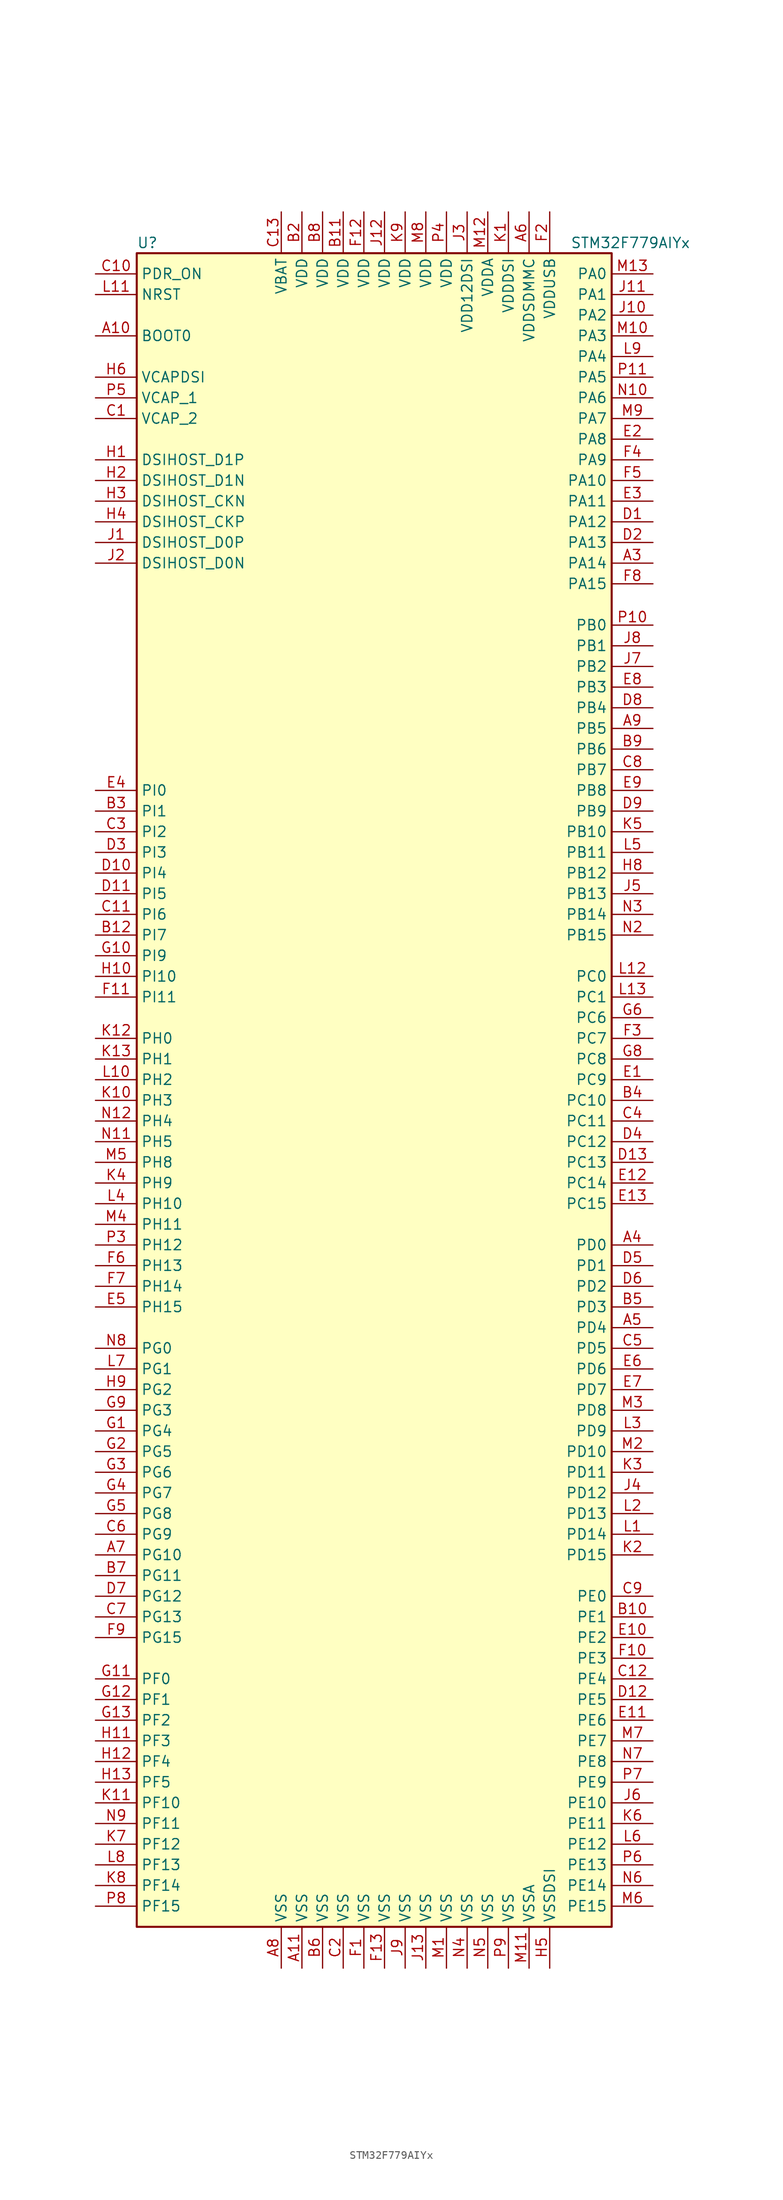
<source format=kicad_sym>
(kicad_symbol_lib
  (version 20201005)
  (generator kicad_symbol_editor)
  (symbol "MCU_ST_STM32F7:STM32F779AIYx"
    (property "Reference" "U"
      (at -30.48 102.87 0)
      (effects (font (size 1.27 1.27)) (justify left)))
    (property "Value" "STM32F779AIYx"
      (at 22.86 102.87 0)
      (effects (font (size 1.27 1.27)) (justify left)))
    (symbol "STM32F779AIYx_0_1"
      (rectangle (start -30.48 -104.14) (end 27.94 101.6) (stroke (width 0.254)) (fill (type background))))
    (symbol "STM32F779AIYx_1_1"
      (pin input line (at -35.56 91.44 0) (length 5.08) (name "BOOT0" (effects (font (size 1.27 1.27)))) (number "A10" (effects (font (size 1.27 1.27)))))
      (pin bidirectional line (at -35.56 71.12 0) (length 5.08) (name "DSIHOST_CKN" (effects (font (size 1.27 1.27)))) (number "H3" (effects (font (size 1.27 1.27)))))
      (pin bidirectional line (at -35.56 68.58 0) (length 5.08) (name "DSIHOST_CKP" (effects (font (size 1.27 1.27)))) (number "H4" (effects (font (size 1.27 1.27)))))
      (pin bidirectional line (at -35.56 63.5 0) (length 5.08) (name "DSIHOST_D0N" (effects (font (size 1.27 1.27)))) (number "J2" (effects (font (size 1.27 1.27)))))
      (pin bidirectional line (at -35.56 66.04 0) (length 5.08) (name "DSIHOST_D0P" (effects (font (size 1.27 1.27)))) (number "J1" (effects (font (size 1.27 1.27)))))
      (pin bidirectional line (at -35.56 73.66 0) (length 5.08) (name "DSIHOST_D1N" (effects (font (size 1.27 1.27)))) (number "H2" (effects (font (size 1.27 1.27)))))
      (pin bidirectional line (at -35.56 76.2 0) (length 5.08) (name "DSIHOST_D1P" (effects (font (size 1.27 1.27)))) (number "H1" (effects (font (size 1.27 1.27)))))
      (pin no_connect line (at -30.48 -101.6 0) (length 5.08) hide (name "NC" (effects (font (size 1.27 1.27)))) (number "A1" (effects (font (size 1.27 1.27)))))
      (pin no_connect line (at -30.48 -96.52 0) (length 5.08) hide (name "NC" (effects (font (size 1.27 1.27)))) (number "A12" (effects (font (size 1.27 1.27)))))
      (pin no_connect line (at -30.48 -93.98 0) (length 5.08) hide (name "NC" (effects (font (size 1.27 1.27)))) (number "A13" (effects (font (size 1.27 1.27)))))
      (pin no_connect line (at -30.48 -99.06 0) (length 5.08) hide (name "NC" (effects (font (size 1.27 1.27)))) (number "A2" (effects (font (size 1.27 1.27)))))
      (pin no_connect line (at -30.48 -91.44 0) (length 5.08) hide (name "NC" (effects (font (size 1.27 1.27)))) (number "B1" (effects (font (size 1.27 1.27)))))
      (pin no_connect line (at -30.48 -88.9 0) (length 5.08) hide (name "NC" (effects (font (size 1.27 1.27)))) (number "B13" (effects (font (size 1.27 1.27)))))
      (pin no_connect line (at -30.48 -86.36 0) (length 5.08) hide (name "NC" (effects (font (size 1.27 1.27)))) (number "N1" (effects (font (size 1.27 1.27)))))
      (pin no_connect line (at -30.48 -83.82 0) (length 5.08) hide (name "NC" (effects (font (size 1.27 1.27)))) (number "N13" (effects (font (size 1.27 1.27)))))
      (pin no_connect line (at -30.48 -81.28 0) (length 5.08) hide (name "NC" (effects (font (size 1.27 1.27)))) (number "P1" (effects (font (size 1.27 1.27)))))
      (pin no_connect line (at -30.48 -76.2 0) (length 5.08) hide (name "NC" (effects (font (size 1.27 1.27)))) (number "P12" (effects (font (size 1.27 1.27)))))
      (pin no_connect line (at -30.48 -73.66 0) (length 5.08) hide (name "NC" (effects (font (size 1.27 1.27)))) (number "P13" (effects (font (size 1.27 1.27)))))
      (pin no_connect line (at -30.48 -78.74 0) (length 5.08) hide (name "NC" (effects (font (size 1.27 1.27)))) (number "P2" (effects (font (size 1.27 1.27)))))
      (pin input line (at -35.56 96.52 0) (length 5.08) (name "NRST" (effects (font (size 1.27 1.27)))) (number "L11" (effects (font (size 1.27 1.27)))))
      (pin bidirectional line (at 33.02 99.06 180) (length 5.08) (name "PA0" (effects (font (size 1.27 1.27)))) (number "M13" (effects (font (size 1.27 1.27)))))
      (pin bidirectional line (at 33.02 96.52 180) (length 5.08) (name "PA1" (effects (font (size 1.27 1.27)))) (number "J11" (effects (font (size 1.27 1.27)))))
      (pin bidirectional line (at 33.02 73.66 180) (length 5.08) (name "PA10" (effects (font (size 1.27 1.27)))) (number "F5" (effects (font (size 1.27 1.27)))))
      (pin bidirectional line (at 33.02 71.12 180) (length 5.08) (name "PA11" (effects (font (size 1.27 1.27)))) (number "E3" (effects (font (size 1.27 1.27)))))
      (pin bidirectional line (at 33.02 68.58 180) (length 5.08) (name "PA12" (effects (font (size 1.27 1.27)))) (number "D1" (effects (font (size 1.27 1.27)))))
      (pin bidirectional line (at 33.02 66.04 180) (length 5.08) (name "PA13" (effects (font (size 1.27 1.27)))) (number "D2" (effects (font (size 1.27 1.27)))))
      (pin bidirectional line (at 33.02 63.5 180) (length 5.08) (name "PA14" (effects (font (size 1.27 1.27)))) (number "A3" (effects (font (size 1.27 1.27)))))
      (pin bidirectional line (at 33.02 60.96 180) (length 5.08) (name "PA15" (effects (font (size 1.27 1.27)))) (number "F8" (effects (font (size 1.27 1.27)))))
      (pin bidirectional line (at 33.02 93.98 180) (length 5.08) (name "PA2" (effects (font (size 1.27 1.27)))) (number "J10" (effects (font (size 1.27 1.27)))))
      (pin bidirectional line (at 33.02 91.44 180) (length 5.08) (name "PA3" (effects (font (size 1.27 1.27)))) (number "M10" (effects (font (size 1.27 1.27)))))
      (pin bidirectional line (at 33.02 88.9 180) (length 5.08) (name "PA4" (effects (font (size 1.27 1.27)))) (number "L9" (effects (font (size 1.27 1.27)))))
      (pin bidirectional line (at 33.02 86.36 180) (length 5.08) (name "PA5" (effects (font (size 1.27 1.27)))) (number "P11" (effects (font (size 1.27 1.27)))))
      (pin bidirectional line (at 33.02 83.82 180) (length 5.08) (name "PA6" (effects (font (size 1.27 1.27)))) (number "N10" (effects (font (size 1.27 1.27)))))
      (pin bidirectional line (at 33.02 81.28 180) (length 5.08) (name "PA7" (effects (font (size 1.27 1.27)))) (number "M9" (effects (font (size 1.27 1.27)))))
      (pin bidirectional line (at 33.02 78.74 180) (length 5.08) (name "PA8" (effects (font (size 1.27 1.27)))) (number "E2" (effects (font (size 1.27 1.27)))))
      (pin bidirectional line (at 33.02 76.2 180) (length 5.08) (name "PA9" (effects (font (size 1.27 1.27)))) (number "F4" (effects (font (size 1.27 1.27)))))
      (pin bidirectional line (at 33.02 55.88 180) (length 5.08) (name "PB0" (effects (font (size 1.27 1.27)))) (number "P10" (effects (font (size 1.27 1.27)))))
      (pin bidirectional line (at 33.02 53.34 180) (length 5.08) (name "PB1" (effects (font (size 1.27 1.27)))) (number "J8" (effects (font (size 1.27 1.27)))))
      (pin bidirectional line (at 33.02 30.48 180) (length 5.08) (name "PB10" (effects (font (size 1.27 1.27)))) (number "K5" (effects (font (size 1.27 1.27)))))
      (pin bidirectional line (at 33.02 27.94 180) (length 5.08) (name "PB11" (effects (font (size 1.27 1.27)))) (number "L5" (effects (font (size 1.27 1.27)))))
      (pin bidirectional line (at 33.02 25.4 180) (length 5.08) (name "PB12" (effects (font (size 1.27 1.27)))) (number "H8" (effects (font (size 1.27 1.27)))))
      (pin bidirectional line (at 33.02 22.86 180) (length 5.08) (name "PB13" (effects (font (size 1.27 1.27)))) (number "J5" (effects (font (size 1.27 1.27)))))
      (pin bidirectional line (at 33.02 20.32 180) (length 5.08) (name "PB14" (effects (font (size 1.27 1.27)))) (number "N3" (effects (font (size 1.27 1.27)))))
      (pin bidirectional line (at 33.02 17.78 180) (length 5.08) (name "PB15" (effects (font (size 1.27 1.27)))) (number "N2" (effects (font (size 1.27 1.27)))))
      (pin bidirectional line (at 33.02 50.8 180) (length 5.08) (name "PB2" (effects (font (size 1.27 1.27)))) (number "J7" (effects (font (size 1.27 1.27)))))
      (pin bidirectional line (at 33.02 48.26 180) (length 5.08) (name "PB3" (effects (font (size 1.27 1.27)))) (number "E8" (effects (font (size 1.27 1.27)))))
      (pin bidirectional line (at 33.02 45.72 180) (length 5.08) (name "PB4" (effects (font (size 1.27 1.27)))) (number "D8" (effects (font (size 1.27 1.27)))))
      (pin bidirectional line (at 33.02 43.18 180) (length 5.08) (name "PB5" (effects (font (size 1.27 1.27)))) (number "A9" (effects (font (size 1.27 1.27)))))
      (pin bidirectional line (at 33.02 40.64 180) (length 5.08) (name "PB6" (effects (font (size 1.27 1.27)))) (number "B9" (effects (font (size 1.27 1.27)))))
      (pin bidirectional line (at 33.02 38.1 180) (length 5.08) (name "PB7" (effects (font (size 1.27 1.27)))) (number "C8" (effects (font (size 1.27 1.27)))))
      (pin bidirectional line (at 33.02 35.56 180) (length 5.08) (name "PB8" (effects (font (size 1.27 1.27)))) (number "E9" (effects (font (size 1.27 1.27)))))
      (pin bidirectional line (at 33.02 33.02 180) (length 5.08) (name "PB9" (effects (font (size 1.27 1.27)))) (number "D9" (effects (font (size 1.27 1.27)))))
      (pin bidirectional line (at 33.02 12.7 180) (length 5.08) (name "PC0" (effects (font (size 1.27 1.27)))) (number "L12" (effects (font (size 1.27 1.27)))))
      (pin bidirectional line (at 33.02 10.16 180) (length 5.08) (name "PC1" (effects (font (size 1.27 1.27)))) (number "L13" (effects (font (size 1.27 1.27)))))
      (pin bidirectional line (at 33.02 -2.54 180) (length 5.08) (name "PC10" (effects (font (size 1.27 1.27)))) (number "B4" (effects (font (size 1.27 1.27)))))
      (pin bidirectional line (at 33.02 -5.08 180) (length 5.08) (name "PC11" (effects (font (size 1.27 1.27)))) (number "C4" (effects (font (size 1.27 1.27)))))
      (pin bidirectional line (at 33.02 -7.62 180) (length 5.08) (name "PC12" (effects (font (size 1.27 1.27)))) (number "D4" (effects (font (size 1.27 1.27)))))
      (pin bidirectional line (at 33.02 -10.16 180) (length 5.08) (name "PC13" (effects (font (size 1.27 1.27)))) (number "D13" (effects (font (size 1.27 1.27)))))
      (pin bidirectional line (at 33.02 -12.7 180) (length 5.08) (name "PC14" (effects (font (size 1.27 1.27)))) (number "E12" (effects (font (size 1.27 1.27)))))
      (pin bidirectional line (at 33.02 -15.24 180) (length 5.08) (name "PC15" (effects (font (size 1.27 1.27)))) (number "E13" (effects (font (size 1.27 1.27)))))
      (pin bidirectional line (at 33.02 7.62 180) (length 5.08) (name "PC6" (effects (font (size 1.27 1.27)))) (number "G6" (effects (font (size 1.27 1.27)))))
      (pin bidirectional line (at 33.02 5.08 180) (length 5.08) (name "PC7" (effects (font (size 1.27 1.27)))) (number "F3" (effects (font (size 1.27 1.27)))))
      (pin bidirectional line (at 33.02 2.54 180) (length 5.08) (name "PC8" (effects (font (size 1.27 1.27)))) (number "G8" (effects (font (size 1.27 1.27)))))
      (pin bidirectional line (at 33.02 0 180) (length 5.08) (name "PC9" (effects (font (size 1.27 1.27)))) (number "E1" (effects (font (size 1.27 1.27)))))
      (pin bidirectional line (at 33.02 -20.32 180) (length 5.08) (name "PD0" (effects (font (size 1.27 1.27)))) (number "A4" (effects (font (size 1.27 1.27)))))
      (pin bidirectional line (at 33.02 -22.86 180) (length 5.08) (name "PD1" (effects (font (size 1.27 1.27)))) (number "D5" (effects (font (size 1.27 1.27)))))
      (pin bidirectional line (at 33.02 -45.72 180) (length 5.08) (name "PD10" (effects (font (size 1.27 1.27)))) (number "M2" (effects (font (size 1.27 1.27)))))
      (pin bidirectional line (at 33.02 -48.26 180) (length 5.08) (name "PD11" (effects (font (size 1.27 1.27)))) (number "K3" (effects (font (size 1.27 1.27)))))
      (pin bidirectional line (at 33.02 -50.8 180) (length 5.08) (name "PD12" (effects (font (size 1.27 1.27)))) (number "J4" (effects (font (size 1.27 1.27)))))
      (pin bidirectional line (at 33.02 -53.34 180) (length 5.08) (name "PD13" (effects (font (size 1.27 1.27)))) (number "L2" (effects (font (size 1.27 1.27)))))
      (pin bidirectional line (at 33.02 -55.88 180) (length 5.08) (name "PD14" (effects (font (size 1.27 1.27)))) (number "L1" (effects (font (size 1.27 1.27)))))
      (pin bidirectional line (at 33.02 -58.42 180) (length 5.08) (name "PD15" (effects (font (size 1.27 1.27)))) (number "K2" (effects (font (size 1.27 1.27)))))
      (pin bidirectional line (at 33.02 -25.4 180) (length 5.08) (name "PD2" (effects (font (size 1.27 1.27)))) (number "D6" (effects (font (size 1.27 1.27)))))
      (pin bidirectional line (at 33.02 -27.94 180) (length 5.08) (name "PD3" (effects (font (size 1.27 1.27)))) (number "B5" (effects (font (size 1.27 1.27)))))
      (pin bidirectional line (at 33.02 -30.48 180) (length 5.08) (name "PD4" (effects (font (size 1.27 1.27)))) (number "A5" (effects (font (size 1.27 1.27)))))
      (pin bidirectional line (at 33.02 -33.02 180) (length 5.08) (name "PD5" (effects (font (size 1.27 1.27)))) (number "C5" (effects (font (size 1.27 1.27)))))
      (pin bidirectional line (at 33.02 -35.56 180) (length 5.08) (name "PD6" (effects (font (size 1.27 1.27)))) (number "E6" (effects (font (size 1.27 1.27)))))
      (pin bidirectional line (at 33.02 -38.1 180) (length 5.08) (name "PD7" (effects (font (size 1.27 1.27)))) (number "E7" (effects (font (size 1.27 1.27)))))
      (pin bidirectional line (at 33.02 -40.64 180) (length 5.08) (name "PD8" (effects (font (size 1.27 1.27)))) (number "M3" (effects (font (size 1.27 1.27)))))
      (pin bidirectional line (at 33.02 -43.18 180) (length 5.08) (name "PD9" (effects (font (size 1.27 1.27)))) (number "L3" (effects (font (size 1.27 1.27)))))
      (pin input line (at -35.56 99.06 0) (length 5.08) (name "PDR_ON" (effects (font (size 1.27 1.27)))) (number "C10" (effects (font (size 1.27 1.27)))))
      (pin bidirectional line (at 33.02 -63.5 180) (length 5.08) (name "PE0" (effects (font (size 1.27 1.27)))) (number "C9" (effects (font (size 1.27 1.27)))))
      (pin bidirectional line (at 33.02 -66.04 180) (length 5.08) (name "PE1" (effects (font (size 1.27 1.27)))) (number "B10" (effects (font (size 1.27 1.27)))))
      (pin bidirectional line (at 33.02 -88.9 180) (length 5.08) (name "PE10" (effects (font (size 1.27 1.27)))) (number "J6" (effects (font (size 1.27 1.27)))))
      (pin bidirectional line (at 33.02 -91.44 180) (length 5.08) (name "PE11" (effects (font (size 1.27 1.27)))) (number "K6" (effects (font (size 1.27 1.27)))))
      (pin bidirectional line (at 33.02 -93.98 180) (length 5.08) (name "PE12" (effects (font (size 1.27 1.27)))) (number "L6" (effects (font (size 1.27 1.27)))))
      (pin bidirectional line (at 33.02 -96.52 180) (length 5.08) (name "PE13" (effects (font (size 1.27 1.27)))) (number "P6" (effects (font (size 1.27 1.27)))))
      (pin bidirectional line (at 33.02 -99.06 180) (length 5.08) (name "PE14" (effects (font (size 1.27 1.27)))) (number "N6" (effects (font (size 1.27 1.27)))))
      (pin bidirectional line (at 33.02 -101.6 180) (length 5.08) (name "PE15" (effects (font (size 1.27 1.27)))) (number "M6" (effects (font (size 1.27 1.27)))))
      (pin bidirectional line (at 33.02 -68.58 180) (length 5.08) (name "PE2" (effects (font (size 1.27 1.27)))) (number "E10" (effects (font (size 1.27 1.27)))))
      (pin bidirectional line (at 33.02 -71.12 180) (length 5.08) (name "PE3" (effects (font (size 1.27 1.27)))) (number "F10" (effects (font (size 1.27 1.27)))))
      (pin bidirectional line (at 33.02 -73.66 180) (length 5.08) (name "PE4" (effects (font (size 1.27 1.27)))) (number "C12" (effects (font (size 1.27 1.27)))))
      (pin bidirectional line (at 33.02 -76.2 180) (length 5.08) (name "PE5" (effects (font (size 1.27 1.27)))) (number "D12" (effects (font (size 1.27 1.27)))))
      (pin bidirectional line (at 33.02 -78.74 180) (length 5.08) (name "PE6" (effects (font (size 1.27 1.27)))) (number "E11" (effects (font (size 1.27 1.27)))))
      (pin bidirectional line (at 33.02 -81.28 180) (length 5.08) (name "PE7" (effects (font (size 1.27 1.27)))) (number "M7" (effects (font (size 1.27 1.27)))))
      (pin bidirectional line (at 33.02 -83.82 180) (length 5.08) (name "PE8" (effects (font (size 1.27 1.27)))) (number "N7" (effects (font (size 1.27 1.27)))))
      (pin bidirectional line (at 33.02 -86.36 180) (length 5.08) (name "PE9" (effects (font (size 1.27 1.27)))) (number "P7" (effects (font (size 1.27 1.27)))))
      (pin bidirectional line (at -35.56 -73.66 0) (length 5.08) (name "PF0" (effects (font (size 1.27 1.27)))) (number "G11" (effects (font (size 1.27 1.27)))))
      (pin bidirectional line (at -35.56 -76.2 0) (length 5.08) (name "PF1" (effects (font (size 1.27 1.27)))) (number "G12" (effects (font (size 1.27 1.27)))))
      (pin bidirectional line (at -35.56 -88.9 0) (length 5.08) (name "PF10" (effects (font (size 1.27 1.27)))) (number "K11" (effects (font (size 1.27 1.27)))))
      (pin bidirectional line (at -35.56 -91.44 0) (length 5.08) (name "PF11" (effects (font (size 1.27 1.27)))) (number "N9" (effects (font (size 1.27 1.27)))))
      (pin bidirectional line (at -35.56 -93.98 0) (length 5.08) (name "PF12" (effects (font (size 1.27 1.27)))) (number "K7" (effects (font (size 1.27 1.27)))))
      (pin bidirectional line (at -35.56 -96.52 0) (length 5.08) (name "PF13" (effects (font (size 1.27 1.27)))) (number "L8" (effects (font (size 1.27 1.27)))))
      (pin bidirectional line (at -35.56 -99.06 0) (length 5.08) (name "PF14" (effects (font (size 1.27 1.27)))) (number "K8" (effects (font (size 1.27 1.27)))))
      (pin bidirectional line (at -35.56 -101.6 0) (length 5.08) (name "PF15" (effects (font (size 1.27 1.27)))) (number "P8" (effects (font (size 1.27 1.27)))))
      (pin bidirectional line (at -35.56 -78.74 0) (length 5.08) (name "PF2" (effects (font (size 1.27 1.27)))) (number "G13" (effects (font (size 1.27 1.27)))))
      (pin bidirectional line (at -35.56 -81.28 0) (length 5.08) (name "PF3" (effects (font (size 1.27 1.27)))) (number "H11" (effects (font (size 1.27 1.27)))))
      (pin bidirectional line (at -35.56 -83.82 0) (length 5.08) (name "PF4" (effects (font (size 1.27 1.27)))) (number "H12" (effects (font (size 1.27 1.27)))))
      (pin bidirectional line (at -35.56 -86.36 0) (length 5.08) (name "PF5" (effects (font (size 1.27 1.27)))) (number "H13" (effects (font (size 1.27 1.27)))))
      (pin bidirectional line (at -35.56 -33.02 0) (length 5.08) (name "PG0" (effects (font (size 1.27 1.27)))) (number "N8" (effects (font (size 1.27 1.27)))))
      (pin bidirectional line (at -35.56 -35.56 0) (length 5.08) (name "PG1" (effects (font (size 1.27 1.27)))) (number "L7" (effects (font (size 1.27 1.27)))))
      (pin bidirectional line (at -35.56 -58.42 0) (length 5.08) (name "PG10" (effects (font (size 1.27 1.27)))) (number "A7" (effects (font (size 1.27 1.27)))))
      (pin bidirectional line (at -35.56 -60.96 0) (length 5.08) (name "PG11" (effects (font (size 1.27 1.27)))) (number "B7" (effects (font (size 1.27 1.27)))))
      (pin bidirectional line (at -35.56 -63.5 0) (length 5.08) (name "PG12" (effects (font (size 1.27 1.27)))) (number "D7" (effects (font (size 1.27 1.27)))))
      (pin bidirectional line (at -35.56 -66.04 0) (length 5.08) (name "PG13" (effects (font (size 1.27 1.27)))) (number "C7" (effects (font (size 1.27 1.27)))))
      (pin bidirectional line (at -35.56 -68.58 0) (length 5.08) (name "PG15" (effects (font (size 1.27 1.27)))) (number "F9" (effects (font (size 1.27 1.27)))))
      (pin bidirectional line (at -35.56 -38.1 0) (length 5.08) (name "PG2" (effects (font (size 1.27 1.27)))) (number "H9" (effects (font (size 1.27 1.27)))))
      (pin bidirectional line (at -35.56 -40.64 0) (length 5.08) (name "PG3" (effects (font (size 1.27 1.27)))) (number "G9" (effects (font (size 1.27 1.27)))))
      (pin bidirectional line (at -35.56 -43.18 0) (length 5.08) (name "PG4" (effects (font (size 1.27 1.27)))) (number "G1" (effects (font (size 1.27 1.27)))))
      (pin bidirectional line (at -35.56 -45.72 0) (length 5.08) (name "PG5" (effects (font (size 1.27 1.27)))) (number "G2" (effects (font (size 1.27 1.27)))))
      (pin bidirectional line (at -35.56 -48.26 0) (length 5.08) (name "PG6" (effects (font (size 1.27 1.27)))) (number "G3" (effects (font (size 1.27 1.27)))))
      (pin bidirectional line (at -35.56 -50.8 0) (length 5.08) (name "PG7" (effects (font (size 1.27 1.27)))) (number "G4" (effects (font (size 1.27 1.27)))))
      (pin bidirectional line (at -35.56 -53.34 0) (length 5.08) (name "PG8" (effects (font (size 1.27 1.27)))) (number "G5" (effects (font (size 1.27 1.27)))))
      (pin bidirectional line (at -35.56 -55.88 0) (length 5.08) (name "PG9" (effects (font (size 1.27 1.27)))) (number "C6" (effects (font (size 1.27 1.27)))))
      (pin input line (at -35.56 5.08 0) (length 5.08) (name "PH0" (effects (font (size 1.27 1.27)))) (number "K12" (effects (font (size 1.27 1.27)))))
      (pin input line (at -35.56 2.54 0) (length 5.08) (name "PH1" (effects (font (size 1.27 1.27)))) (number "K13" (effects (font (size 1.27 1.27)))))
      (pin bidirectional line (at -35.56 -15.24 0) (length 5.08) (name "PH10" (effects (font (size 1.27 1.27)))) (number "L4" (effects (font (size 1.27 1.27)))))
      (pin bidirectional line (at -35.56 -17.78 0) (length 5.08) (name "PH11" (effects (font (size 1.27 1.27)))) (number "M4" (effects (font (size 1.27 1.27)))))
      (pin bidirectional line (at -35.56 -20.32 0) (length 5.08) (name "PH12" (effects (font (size 1.27 1.27)))) (number "P3" (effects (font (size 1.27 1.27)))))
      (pin bidirectional line (at -35.56 -22.86 0) (length 5.08) (name "PH13" (effects (font (size 1.27 1.27)))) (number "F6" (effects (font (size 1.27 1.27)))))
      (pin bidirectional line (at -35.56 -25.4 0) (length 5.08) (name "PH14" (effects (font (size 1.27 1.27)))) (number "F7" (effects (font (size 1.27 1.27)))))
      (pin bidirectional line (at -35.56 -27.94 0) (length 5.08) (name "PH15" (effects (font (size 1.27 1.27)))) (number "E5" (effects (font (size 1.27 1.27)))))
      (pin bidirectional line (at -35.56 0 0) (length 5.08) (name "PH2" (effects (font (size 1.27 1.27)))) (number "L10" (effects (font (size 1.27 1.27)))))
      (pin bidirectional line (at -35.56 -2.54 0) (length 5.08) (name "PH3" (effects (font (size 1.27 1.27)))) (number "K10" (effects (font (size 1.27 1.27)))))
      (pin bidirectional line (at -35.56 -5.08 0) (length 5.08) (name "PH4" (effects (font (size 1.27 1.27)))) (number "N12" (effects (font (size 1.27 1.27)))))
      (pin bidirectional line (at -35.56 -7.62 0) (length 5.08) (name "PH5" (effects (font (size 1.27 1.27)))) (number "N11" (effects (font (size 1.27 1.27)))))
      (pin bidirectional line (at -35.56 -10.16 0) (length 5.08) (name "PH8" (effects (font (size 1.27 1.27)))) (number "M5" (effects (font (size 1.27 1.27)))))
      (pin bidirectional line (at -35.56 -12.7 0) (length 5.08) (name "PH9" (effects (font (size 1.27 1.27)))) (number "K4" (effects (font (size 1.27 1.27)))))
      (pin bidirectional line (at -35.56 35.56 0) (length 5.08) (name "PI0" (effects (font (size 1.27 1.27)))) (number "E4" (effects (font (size 1.27 1.27)))))
      (pin bidirectional line (at -35.56 33.02 0) (length 5.08) (name "PI1" (effects (font (size 1.27 1.27)))) (number "B3" (effects (font (size 1.27 1.27)))))
      (pin bidirectional line (at -35.56 12.7 0) (length 5.08) (name "PI10" (effects (font (size 1.27 1.27)))) (number "H10" (effects (font (size 1.27 1.27)))))
      (pin bidirectional line (at -35.56 10.16 0) (length 5.08) (name "PI11" (effects (font (size 1.27 1.27)))) (number "F11" (effects (font (size 1.27 1.27)))))
      (pin bidirectional line (at -35.56 30.48 0) (length 5.08) (name "PI2" (effects (font (size 1.27 1.27)))) (number "C3" (effects (font (size 1.27 1.27)))))
      (pin bidirectional line (at -35.56 27.94 0) (length 5.08) (name "PI3" (effects (font (size 1.27 1.27)))) (number "D3" (effects (font (size 1.27 1.27)))))
      (pin bidirectional line (at -35.56 25.4 0) (length 5.08) (name "PI4" (effects (font (size 1.27 1.27)))) (number "D10" (effects (font (size 1.27 1.27)))))
      (pin bidirectional line (at -35.56 22.86 0) (length 5.08) (name "PI5" (effects (font (size 1.27 1.27)))) (number "D11" (effects (font (size 1.27 1.27)))))
      (pin bidirectional line (at -35.56 20.32 0) (length 5.08) (name "PI6" (effects (font (size 1.27 1.27)))) (number "C11" (effects (font (size 1.27 1.27)))))
      (pin bidirectional line (at -35.56 17.78 0) (length 5.08) (name "PI7" (effects (font (size 1.27 1.27)))) (number "B12" (effects (font (size 1.27 1.27)))))
      (pin bidirectional line (at -35.56 15.24 0) (length 5.08) (name "PI9" (effects (font (size 1.27 1.27)))) (number "G10" (effects (font (size 1.27 1.27)))))
      (pin power_in line (at -12.7 106.68 270) (length 5.08) (name "VBAT" (effects (font (size 1.27 1.27)))) (number "C13" (effects (font (size 1.27 1.27)))))
      (pin power_in line (at -35.56 86.36 0) (length 5.08) (name "VCAPDSI" (effects (font (size 1.27 1.27)))) (number "H6" (effects (font (size 1.27 1.27)))))
      (pin power_in line (at -35.56 83.82 0) (length 5.08) (name "VCAP_1" (effects (font (size 1.27 1.27)))) (number "P5" (effects (font (size 1.27 1.27)))))
      (pin power_in line (at -35.56 81.28 0) (length 5.08) (name "VCAP_2" (effects (font (size 1.27 1.27)))) (number "C1" (effects (font (size 1.27 1.27)))))
      (pin power_in line (at -5.08 106.68 270) (length 5.08) (name "VDD" (effects (font (size 1.27 1.27)))) (number "B11" (effects (font (size 1.27 1.27)))))
      (pin power_in line (at -10.16 106.68 270) (length 5.08) (name "VDD" (effects (font (size 1.27 1.27)))) (number "B2" (effects (font (size 1.27 1.27)))))
      (pin power_in line (at -7.62 106.68 270) (length 5.08) (name "VDD" (effects (font (size 1.27 1.27)))) (number "B8" (effects (font (size 1.27 1.27)))))
      (pin power_in line (at -2.54 106.68 270) (length 5.08) (name "VDD" (effects (font (size 1.27 1.27)))) (number "F12" (effects (font (size 1.27 1.27)))))
      (pin power_in line (at 0 106.68 270) (length 5.08) (name "VDD" (effects (font (size 1.27 1.27)))) (number "J12" (effects (font (size 1.27 1.27)))))
      (pin power_in line (at 2.54 106.68 270) (length 5.08) (name "VDD" (effects (font (size 1.27 1.27)))) (number "K9" (effects (font (size 1.27 1.27)))))
      (pin power_in line (at 5.08 106.68 270) (length 5.08) (name "VDD" (effects (font (size 1.27 1.27)))) (number "M8" (effects (font (size 1.27 1.27)))))
      (pin power_in line (at 7.62 106.68 270) (length 5.08) (name "VDD" (effects (font (size 1.27 1.27)))) (number "P4" (effects (font (size 1.27 1.27)))))
      (pin power_in line (at 10.16 106.68 270) (length 5.08) (name "VDD12DSI" (effects (font (size 1.27 1.27)))) (number "J3" (effects (font (size 1.27 1.27)))))
      (pin power_in line (at 12.7 106.68 270) (length 5.08) (name "VDDA" (effects (font (size 1.27 1.27)))) (number "M12" (effects (font (size 1.27 1.27)))))
      (pin power_in line (at 15.24 106.68 270) (length 5.08) (name "VDDDSI" (effects (font (size 1.27 1.27)))) (number "K1" (effects (font (size 1.27 1.27)))))
      (pin power_in line (at 17.78 106.68 270) (length 5.08) (name "VDDSDMMC" (effects (font (size 1.27 1.27)))) (number "A6" (effects (font (size 1.27 1.27)))))
      (pin power_in line (at 20.32 106.68 270) (length 5.08) (name "VDDUSB" (effects (font (size 1.27 1.27)))) (number "F2" (effects (font (size 1.27 1.27)))))
      (pin power_in line (at -10.16 -109.22 90) (length 5.08) (name "VSS" (effects (font (size 1.27 1.27)))) (number "A11" (effects (font (size 1.27 1.27)))))
      (pin power_in line (at -12.7 -109.22 90) (length 5.08) (name "VSS" (effects (font (size 1.27 1.27)))) (number "A8" (effects (font (size 1.27 1.27)))))
      (pin power_in line (at -7.62 -109.22 90) (length 5.08) (name "VSS" (effects (font (size 1.27 1.27)))) (number "B6" (effects (font (size 1.27 1.27)))))
      (pin power_in line (at -5.08 -109.22 90) (length 5.08) (name "VSS" (effects (font (size 1.27 1.27)))) (number "C2" (effects (font (size 1.27 1.27)))))
      (pin power_in line (at -2.54 -109.22 90) (length 5.08) (name "VSS" (effects (font (size 1.27 1.27)))) (number "F1" (effects (font (size 1.27 1.27)))))
      (pin power_in line (at 0 -109.22 90) (length 5.08) (name "VSS" (effects (font (size 1.27 1.27)))) (number "F13" (effects (font (size 1.27 1.27)))))
      (pin power_in line (at 5.08 -109.22 90) (length 5.08) (name "VSS" (effects (font (size 1.27 1.27)))) (number "J13" (effects (font (size 1.27 1.27)))))
      (pin power_in line (at 2.54 -109.22 90) (length 5.08) (name "VSS" (effects (font (size 1.27 1.27)))) (number "J9" (effects (font (size 1.27 1.27)))))
      (pin power_in line (at 7.62 -109.22 90) (length 5.08) (name "VSS" (effects (font (size 1.27 1.27)))) (number "M1" (effects (font (size 1.27 1.27)))))
      (pin power_in line (at 10.16 -109.22 90) (length 5.08) (name "VSS" (effects (font (size 1.27 1.27)))) (number "N4" (effects (font (size 1.27 1.27)))))
      (pin power_in line (at 12.7 -109.22 90) (length 5.08) (name "VSS" (effects (font (size 1.27 1.27)))) (number "N5" (effects (font (size 1.27 1.27)))))
      (pin power_in line (at 15.24 -109.22 90) (length 5.08) (name "VSS" (effects (font (size 1.27 1.27)))) (number "P9" (effects (font (size 1.27 1.27)))))
      (pin power_in line (at 17.78 -109.22 90) (length 5.08) (name "VSSA" (effects (font (size 1.27 1.27)))) (number "M11" (effects (font (size 1.27 1.27)))))
      (pin power_in line (at 20.32 -109.22 90) (length 5.08) (name "VSSDSI" (effects (font (size 1.27 1.27)))) (number "H5" (effects (font (size 1.27 1.27))))))))
</source>
